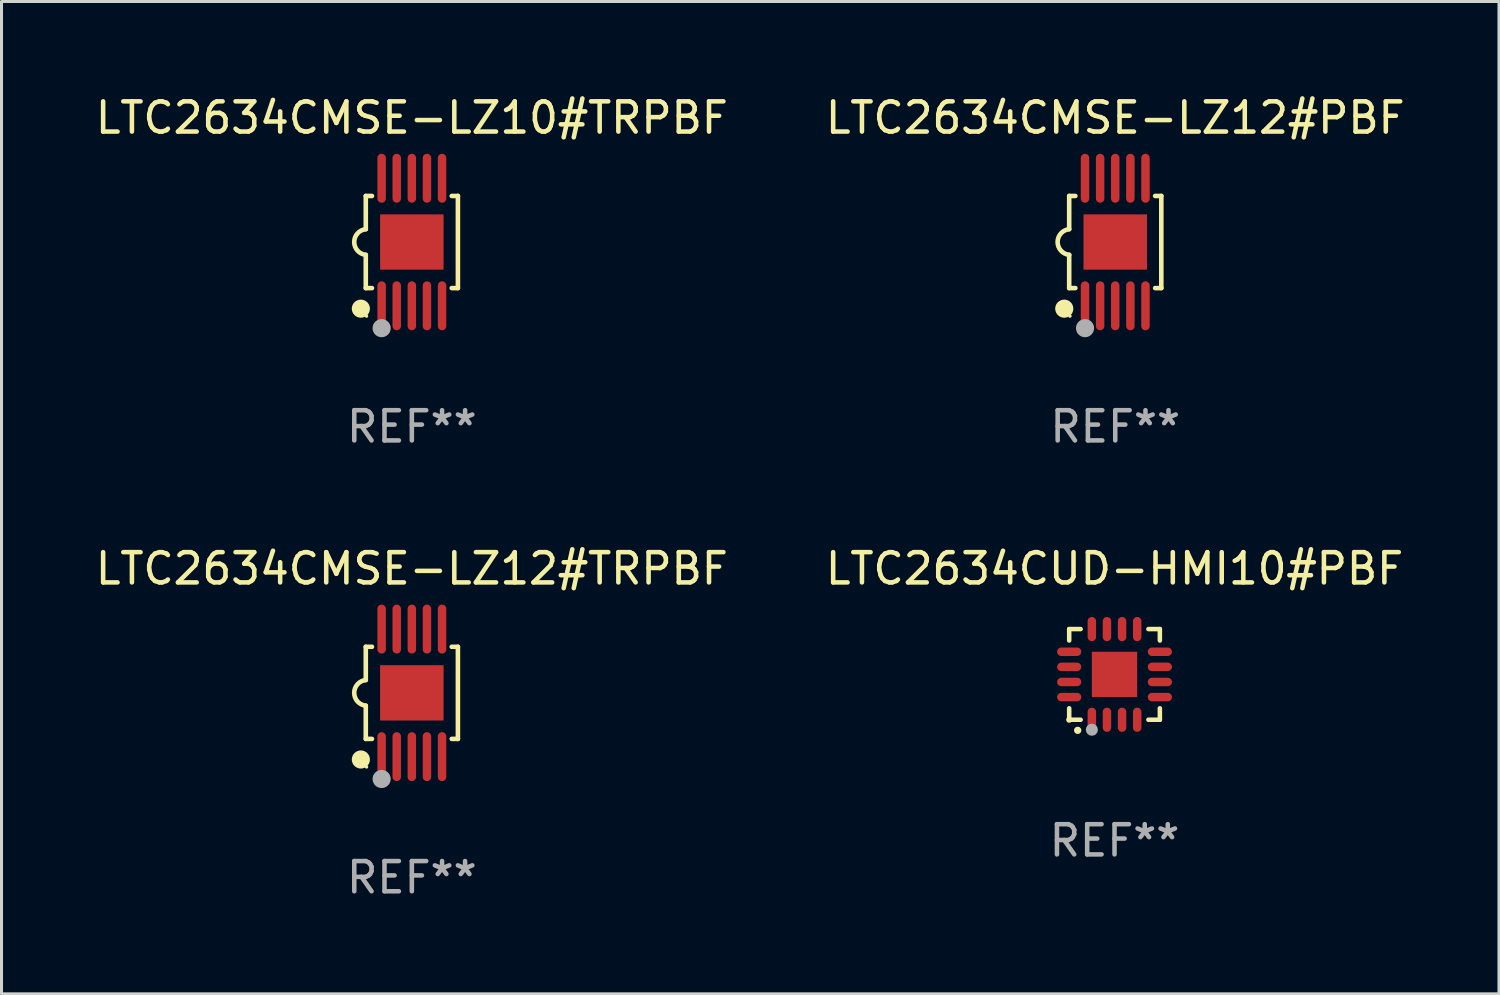
<source format=kicad_pcb>
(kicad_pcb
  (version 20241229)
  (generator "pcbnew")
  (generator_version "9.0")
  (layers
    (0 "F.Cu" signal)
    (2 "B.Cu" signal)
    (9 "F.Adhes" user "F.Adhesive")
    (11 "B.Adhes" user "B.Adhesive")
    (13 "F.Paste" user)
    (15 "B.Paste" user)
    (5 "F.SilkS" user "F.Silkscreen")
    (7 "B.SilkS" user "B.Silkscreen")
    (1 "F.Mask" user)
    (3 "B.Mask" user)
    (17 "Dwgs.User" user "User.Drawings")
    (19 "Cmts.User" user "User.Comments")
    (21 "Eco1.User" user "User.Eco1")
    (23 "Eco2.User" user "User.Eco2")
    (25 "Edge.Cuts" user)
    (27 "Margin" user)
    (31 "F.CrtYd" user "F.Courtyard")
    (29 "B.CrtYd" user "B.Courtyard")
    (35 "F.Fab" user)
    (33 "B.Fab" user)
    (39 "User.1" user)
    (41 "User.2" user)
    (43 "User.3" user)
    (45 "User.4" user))
  (footprint "LTC2634CMSE-LZ12#TRPBF"
    (layer "F.Cu")
    (at 10.577 19.875)
    (property "Reference" "LTC2634CMSE-LZ12#TRPBF" (at 0 -4.11 0) (layer "F.SilkS") (effects (font (size 1 1) (thickness 0.15))))
    (attr through_hole)
    (fp_line (start -1.524 -1.524) (end -1.524 -0.424) (stroke (width 0.152) (type solid)) (layer "F.SilkS"))
    (fp_line (start -1.524 1.524) (end -1.524 0.424) (stroke (width 0.152) (type solid)) (layer "F.SilkS"))
    (fp_line (start -1.524 1.524) (end -1.32 1.524) (stroke (width 0.152) (type solid)) (layer "F.SilkS"))
    (fp_line (start -1.32 -1.524) (end -1.524 -1.524) (stroke (width 0.152) (type solid)) (layer "F.SilkS"))
    (fp_line (start 1.32 1.524) (end 1.524 1.524) (stroke (width 0.152) (type solid)) (layer "F.SilkS"))
    (fp_line (start 1.524 -1.524) (end 1.32 -1.524) (stroke (width 0.152) (type solid)) (layer "F.SilkS"))
    (fp_line (start 1.524 1.524) (end 1.524 -1.524) (stroke (width 0.152) (type solid)) (layer "F.SilkS"))
    (fp_arc (start -1.524003 0.424003) (mid -1.906663 -0.000089) (end -1.524004 -0.424181) (stroke (width 0.151994) (type solid)) (layer "F.SilkS"))
    (fp_circle (center -1.687 2.205) (end -1.537 2.205) (stroke (width 0.3) (type solid)) (fill no) (layer "F.SilkS"))
    (fp_circle (center -1.5 2.45) (end -1.47 2.45) (stroke (width 0.06) (type solid)) (fill no) (layer "F.SilkS"))
    (fp_circle (center -1 2.85) (end -0.85 2.85) (stroke (width 0.3) (type solid)) (fill no) (layer "F.Fab"))
    (fp_text user "REF**" (at 0 6.11 0) (layer "F.Fab") (effects (font (size 1 1) (thickness 0.15))))
    (pad "1" smd oval (at -1 2.11) (size 0.28 1.62) (layers "F.Cu" "F.Mask" "F.Paste"))
    (pad "2" smd oval (at -0.5 2.11) (size 0.28 1.62) (layers "F.Cu" "F.Mask" "F.Paste"))
    (pad "3" smd oval (at 0 2.11) (size 0.28 1.62) (layers "F.Cu" "F.Mask" "F.Paste"))
    (pad "4" smd oval (at 0.5 2.11) (size 0.28 1.62) (layers "F.Cu" "F.Mask" "F.Paste"))
    (pad "5" smd oval (at 1 2.11) (size 0.28 1.62) (layers "F.Cu" "F.Mask" "F.Paste"))
    (pad "6" smd oval (at 1 -2.11) (size 0.28 1.62) (layers "F.Cu" "F.Mask" "F.Paste"))
    (pad "7" smd oval (at 0.5 -2.11) (size 0.28 1.62) (layers "F.Cu" "F.Mask" "F.Paste"))
    (pad "8" smd oval (at 0 -2.11) (size 0.28 1.62) (layers "F.Cu" "F.Mask" "F.Paste"))
    (pad "9" smd oval (at -0.5 -2.11) (size 0.28 1.62) (layers "F.Cu" "F.Mask" "F.Paste"))
    (pad "10" smd oval (at -1 -2.11) (size 0.28 1.62) (layers "F.Cu" "F.Mask" "F.Paste"))
    (pad "11" smd rect (at 0 0) (size 2.1 1.83) (layers "F.Cu" "F.Mask" "F.Paste")))
  (footprint "LTC2634CMSE-LZ10#TRPBF"
    (layer "F.Cu")
    (at 10.577 4.958)
    (property "Reference" "LTC2634CMSE-LZ10#TRPBF" (at 0 -4.11 0) (layer "F.SilkS") (effects (font (size 1 1) (thickness 0.15))))
    (attr through_hole)
    (fp_line (start -1.524 -1.524) (end -1.524 -0.424) (stroke (width 0.152) (type solid)) (layer "F.SilkS"))
    (fp_line (start -1.524 1.524) (end -1.524 0.424) (stroke (width 0.152) (type solid)) (layer "F.SilkS"))
    (fp_line (start -1.524 1.524) (end -1.32 1.524) (stroke (width 0.152) (type solid)) (layer "F.SilkS"))
    (fp_line (start -1.32 -1.524) (end -1.524 -1.524) (stroke (width 0.152) (type solid)) (layer "F.SilkS"))
    (fp_line (start 1.32 1.524) (end 1.524 1.524) (stroke (width 0.152) (type solid)) (layer "F.SilkS"))
    (fp_line (start 1.524 -1.524) (end 1.32 -1.524) (stroke (width 0.152) (type solid)) (layer "F.SilkS"))
    (fp_line (start 1.524 1.524) (end 1.524 -1.524) (stroke (width 0.152) (type solid)) (layer "F.SilkS"))
    (fp_arc (start -1.524003 0.424003) (mid -1.906663 -0.000089) (end -1.524004 -0.424181) (stroke (width 0.151994) (type solid)) (layer "F.SilkS"))
    (fp_circle (center -1.687 2.205) (end -1.537 2.205) (stroke (width 0.3) (type solid)) (fill no) (layer "F.SilkS"))
    (fp_circle (center -1.5 2.45) (end -1.47 2.45) (stroke (width 0.06) (type solid)) (fill no) (layer "F.SilkS"))
    (fp_circle (center -1 2.85) (end -0.85 2.85) (stroke (width 0.3) (type solid)) (fill no) (layer "F.Fab"))
    (fp_text user "REF**" (at 0 6.11 0) (layer "F.Fab") (effects (font (size 1 1) (thickness 0.15))))
    (pad "1" smd oval (at -1 2.11) (size 0.28 1.62) (layers "F.Cu" "F.Mask" "F.Paste"))
    (pad "2" smd oval (at -0.5 2.11) (size 0.28 1.62) (layers "F.Cu" "F.Mask" "F.Paste"))
    (pad "3" smd oval (at 0 2.11) (size 0.28 1.62) (layers "F.Cu" "F.Mask" "F.Paste"))
    (pad "4" smd oval (at 0.5 2.11) (size 0.28 1.62) (layers "F.Cu" "F.Mask" "F.Paste"))
    (pad "5" smd oval (at 1 2.11) (size 0.28 1.62) (layers "F.Cu" "F.Mask" "F.Paste"))
    (pad "6" smd oval (at 1 -2.11) (size 0.28 1.62) (layers "F.Cu" "F.Mask" "F.Paste"))
    (pad "7" smd oval (at 0.5 -2.11) (size 0.28 1.62) (layers "F.Cu" "F.Mask" "F.Paste"))
    (pad "8" smd oval (at 0 -2.11) (size 0.28 1.62) (layers "F.Cu" "F.Mask" "F.Paste"))
    (pad "9" smd oval (at -0.5 -2.11) (size 0.28 1.62) (layers "F.Cu" "F.Mask" "F.Paste"))
    (pad "10" smd oval (at -1 -2.11) (size 0.28 1.62) (layers "F.Cu" "F.Mask" "F.Paste"))
    (pad "11" smd rect (at 0 0) (size 2.1 1.83) (layers "F.Cu" "F.Mask" "F.Paste")))
  (footprint "LTC2634CUD-HMI10#PBF"
    (layer "F.Cu")
    (at 33.827 19.265)
    (property "Reference" "LTC2634CUD-HMI10#PBF" (at 0 -3.5 0) (layer "F.SilkS") (effects (font (size 1 1) (thickness 0.15))))
    (attr through_hole)
    (fp_line (start -1.5 -1.5) (end -1.121 -1.5) (stroke (width 0.15) (type solid)) (layer "F.SilkS"))
    (fp_line (start -1.5 -1.122) (end -1.5 -1.5) (stroke (width 0.15) (type solid)) (layer "F.SilkS"))
    (fp_line (start -1.5 1.5) (end -1.5 1.121) (stroke (width 0.15) (type solid)) (layer "F.SilkS"))
    (fp_line (start -1.121 1.5) (end -1.5 1.5) (stroke (width 0.15) (type solid)) (layer "F.SilkS"))
    (fp_line (start 1.121 -1.5) (end 1.5 -1.5) (stroke (width 0.15) (type solid)) (layer "F.SilkS"))
    (fp_line (start 1.5 -1.5) (end 1.5 -1.122) (stroke (width 0.15) (type solid)) (layer "F.SilkS"))
    (fp_line (start 1.5 1.121) (end 1.5 1.5) (stroke (width 0.15) (type solid)) (layer "F.SilkS"))
    (fp_line (start 1.5 1.5) (end 1.121 1.5) (stroke (width 0.15) (type solid)) (layer "F.SilkS"))
    (fp_arc (start -1.219926 1.850254) (mid -1.21891 1.85025) (end -1.217894 1.850254) (stroke (width 0.240005) (type solid)) (layer "F.SilkS"))
    (fp_circle (center -1.5 1.5) (end -1.45 1.5) (stroke (width 0.1) (type solid)) (fill no) (layer "F.SilkS"))
    (fp_circle (center -0.75 1.83) (end -0.65 1.83) (stroke (width 0.2) (type solid)) (fill no) (layer "F.Fab"))
    (fp_text user "REF**" (at 0 5.5 0) (layer "F.Fab") (effects (font (size 1 1) (thickness 0.15))))
    (pad "1" smd oval (at -0.75 1.5) (size 0.28 0.8) (layers "F.Cu" "F.Mask" "F.Paste"))
    (pad "2" smd oval (at -0.25 1.5) (size 0.28 0.8) (layers "F.Cu" "F.Mask" "F.Paste"))
    (pad "3" smd oval (at 0.25 1.5) (size 0.28 0.8) (layers "F.Cu" "F.Mask" "F.Paste"))
    (pad "4" smd oval (at 0.75 1.5) (size 0.28 0.8) (layers "F.Cu" "F.Mask" "F.Paste"))
    (pad "5" smd oval (at 1.5 0.75) (size 0.8 0.28) (layers "F.Cu" "F.Mask" "F.Paste"))
    (pad "6" smd oval (at 1.5 0.25) (size 0.8 0.28) (layers "F.Cu" "F.Mask" "F.Paste"))
    (pad "7" smd oval (at 1.5 -0.25) (size 0.8 0.28) (layers "F.Cu" "F.Mask" "F.Paste"))
    (pad "8" smd oval (at 1.5 -0.75) (size 0.8 0.28) (layers "F.Cu" "F.Mask" "F.Paste"))
    (pad "9" smd oval (at 0.75 -1.5) (size 0.28 0.8) (layers "F.Cu" "F.Mask" "F.Paste"))
    (pad "10" smd oval (at 0.25 -1.5) (size 0.28 0.8) (layers "F.Cu" "F.Mask" "F.Paste"))
    (pad "11" smd oval (at -0.25 -1.5) (size 0.28 0.8) (layers "F.Cu" "F.Mask" "F.Paste"))
    (pad "12" smd oval (at -0.75 -1.5) (size 0.28 0.8) (layers "F.Cu" "F.Mask" "F.Paste"))
    (pad "13" smd oval (at -1.5 -0.75) (size 0.8 0.28) (layers "F.Cu" "F.Mask" "F.Paste"))
    (pad "14" smd oval (at -1.5 -0.25) (size 0.8 0.28) (layers "F.Cu" "F.Mask" "F.Paste"))
    (pad "15" smd oval (at -1.5 0.25) (size 0.8 0.28) (layers "F.Cu" "F.Mask" "F.Paste"))
    (pad "16" smd oval (at -1.5 0.75) (size 0.8 0.28) (layers "F.Cu" "F.Mask" "F.Paste"))
    (pad "17" smd rect (at -0.000064 0.000165) (size 1.5 1.5) (layers "F.Cu" "F.Mask" "F.Paste")))
  (footprint "LTC2634CMSE-LZ12#PBF"
    (layer "F.Cu")
    (at 33.851 4.958)
    (property "Reference" "LTC2634CMSE-LZ12#PBF" (at 0 -4.11 0) (layer "F.SilkS") (effects (font (size 1 1) (thickness 0.15))))
    (attr through_hole)
    (fp_line (start -1.524 -1.524) (end -1.524 -0.424) (stroke (width 0.152) (type solid)) (layer "F.SilkS"))
    (fp_line (start -1.524 1.524) (end -1.524 0.424) (stroke (width 0.152) (type solid)) (layer "F.SilkS"))
    (fp_line (start -1.524 1.524) (end -1.32 1.524) (stroke (width 0.152) (type solid)) (layer "F.SilkS"))
    (fp_line (start -1.32 -1.524) (end -1.524 -1.524) (stroke (width 0.152) (type solid)) (layer "F.SilkS"))
    (fp_line (start 1.32 1.524) (end 1.524 1.524) (stroke (width 0.152) (type solid)) (layer "F.SilkS"))
    (fp_line (start 1.524 -1.524) (end 1.32 -1.524) (stroke (width 0.152) (type solid)) (layer "F.SilkS"))
    (fp_line (start 1.524 1.524) (end 1.524 -1.524) (stroke (width 0.152) (type solid)) (layer "F.SilkS"))
    (fp_arc (start -1.524003 0.424003) (mid -1.906663 -0.000089) (end -1.524004 -0.424181) (stroke (width 0.151994) (type solid)) (layer "F.SilkS"))
    (fp_circle (center -1.687 2.205) (end -1.537 2.205) (stroke (width 0.3) (type solid)) (fill no) (layer "F.SilkS"))
    (fp_circle (center -1.5 2.45) (end -1.47 2.45) (stroke (width 0.06) (type solid)) (fill no) (layer "F.SilkS"))
    (fp_circle (center -1 2.85) (end -0.85 2.85) (stroke (width 0.3) (type solid)) (fill no) (layer "F.Fab"))
    (fp_text user "REF**" (at 0 6.11 0) (layer "F.Fab") (effects (font (size 1 1) (thickness 0.15))))
    (pad "1" smd oval (at -1 2.11) (size 0.28 1.62) (layers "F.Cu" "F.Mask" "F.Paste"))
    (pad "2" smd oval (at -0.5 2.11) (size 0.28 1.62) (layers "F.Cu" "F.Mask" "F.Paste"))
    (pad "3" smd oval (at 0 2.11) (size 0.28 1.62) (layers "F.Cu" "F.Mask" "F.Paste"))
    (pad "4" smd oval (at 0.5 2.11) (size 0.28 1.62) (layers "F.Cu" "F.Mask" "F.Paste"))
    (pad "5" smd oval (at 1 2.11) (size 0.28 1.62) (layers "F.Cu" "F.Mask" "F.Paste"))
    (pad "6" smd oval (at 1 -2.11) (size 0.28 1.62) (layers "F.Cu" "F.Mask" "F.Paste"))
    (pad "7" smd oval (at 0.5 -2.11) (size 0.28 1.62) (layers "F.Cu" "F.Mask" "F.Paste"))
    (pad "8" smd oval (at 0 -2.11) (size 0.28 1.62) (layers "F.Cu" "F.Mask" "F.Paste"))
    (pad "9" smd oval (at -0.5 -2.11) (size 0.28 1.62) (layers "F.Cu" "F.Mask" "F.Paste"))
    (pad "10" smd oval (at -1 -2.11) (size 0.28 1.62) (layers "F.Cu" "F.Mask" "F.Paste"))
    (pad "11" smd rect (at 0 0) (size 2.1 1.83) (layers "F.Cu" "F.Mask" "F.Paste")))
  (gr_rect
    (start -3 -3)
    (end 46.548 29.833)
    (stroke (width 0.1) (type default))
    (fill no)
    (layer "Edge.Cuts")))
</source>
